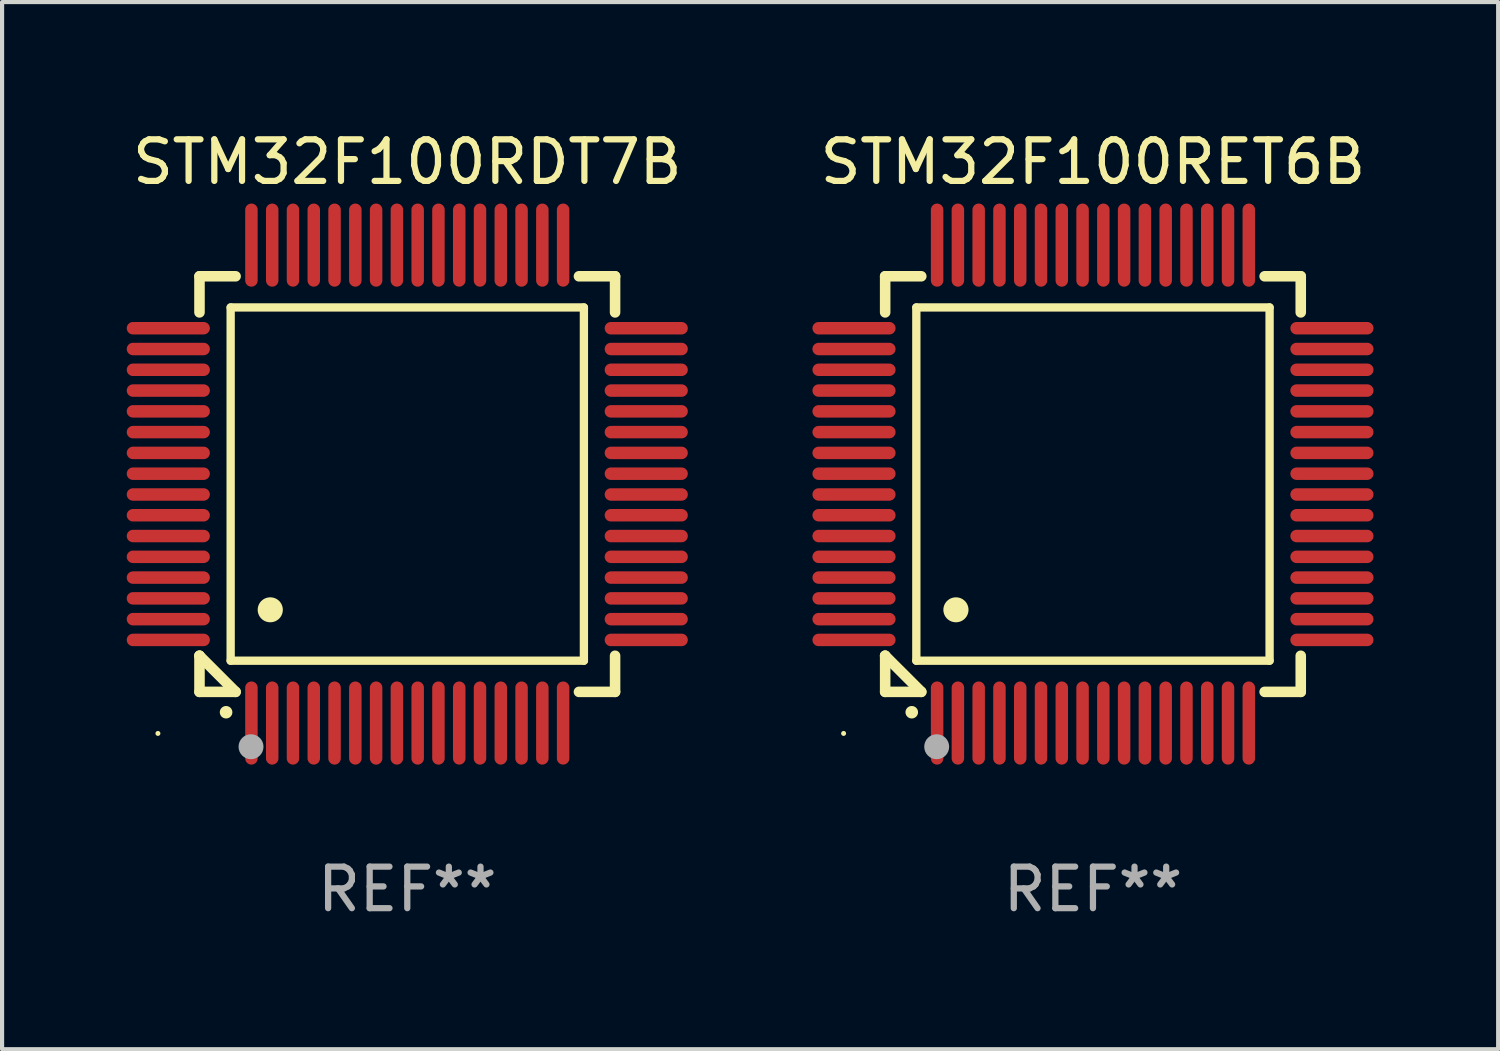
<source format=kicad_pcb>
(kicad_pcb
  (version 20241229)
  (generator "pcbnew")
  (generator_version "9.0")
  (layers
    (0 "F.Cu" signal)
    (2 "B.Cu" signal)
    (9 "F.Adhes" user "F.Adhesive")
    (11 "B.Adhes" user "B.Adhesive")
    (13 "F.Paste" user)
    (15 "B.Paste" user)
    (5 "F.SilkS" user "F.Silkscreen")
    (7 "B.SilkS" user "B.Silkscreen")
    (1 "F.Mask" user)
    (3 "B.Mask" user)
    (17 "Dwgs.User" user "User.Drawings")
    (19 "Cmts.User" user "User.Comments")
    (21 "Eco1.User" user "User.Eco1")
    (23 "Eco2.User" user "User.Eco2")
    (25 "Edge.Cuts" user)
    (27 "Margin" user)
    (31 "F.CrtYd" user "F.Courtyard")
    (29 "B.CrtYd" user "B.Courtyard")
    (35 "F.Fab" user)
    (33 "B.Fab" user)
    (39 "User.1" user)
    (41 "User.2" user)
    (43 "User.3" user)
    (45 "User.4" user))
  (footprint "STM32F100RDT7B"
    (layer "F.Cu")
    (at 6.75 8.598)
    (property "Reference" "STM32F100RDT7B" (at 0 -7.75 0) (layer "F.SilkS") (effects (font (size 1 1) (thickness 0.15))))
    (attr through_hole)
    (fp_line (start -5 -5) (end -4.131 -5) (stroke (width 0.254) (type solid)) (layer "F.SilkS"))
    (fp_line (start -5 -4.131) (end -5 -5) (stroke (width 0.254) (type solid)) (layer "F.SilkS"))
    (fp_line (start -5 4.131) (end -5 4.131) (stroke (width 0.254) (type solid)) (layer "F.SilkS"))
    (fp_line (start -5 5) (end -5 4.131) (stroke (width 0.254) (type solid)) (layer "F.SilkS"))
    (fp_line (start -5 4.131) (end -4.131 5) (stroke (width 0.254) (type solid)) (layer "F.SilkS"))
    (fp_line (start -4.25 -4.25) (end -4.25 4.25) (stroke (width 0.2) (type solid)) (layer "F.SilkS"))
    (fp_line (start -4.25 4.25) (end 4.25 4.25) (stroke (width 0.2) (type solid)) (layer "F.SilkS"))
    (fp_line (start -4.131 5) (end -5 5) (stroke (width 0.254) (type solid)) (layer "F.SilkS"))
    (fp_line (start 4.25 -4.25) (end -4.25 -4.25) (stroke (width 0.2) (type solid)) (layer "F.SilkS"))
    (fp_line (start 4.25 4.25) (end 4.25 -4.25) (stroke (width 0.2) (type solid)) (layer "F.SilkS"))
    (fp_line (start 5 -5) (end 4.131 -5) (stroke (width 0.254) (type solid)) (layer "F.SilkS"))
    (fp_line (start 5 -5) (end 5 -4.131) (stroke (width 0.254) (type solid)) (layer "F.SilkS"))
    (fp_line (start 5 4.131) (end 5 5) (stroke (width 0.254) (type solid)) (layer "F.SilkS"))
    (fp_line (start 5 5) (end 4.131 5) (stroke (width 0.254) (type solid)) (layer "F.SilkS"))
    (fp_arc (start -4.361265 5.489992) (mid -4.359995 5.489987) (end -4.358725 5.489992) (stroke (width 0.3) (type solid)) (layer "F.SilkS"))
    (fp_arc (start -3.299467 3.025146) (mid -3.296927 3.025135) (end -3.294387 3.025146) (stroke (width 0.6) (type solid)) (layer "F.SilkS"))
    (fp_circle (center -6 6) (end -5.97 6) (stroke (width 0.06) (type solid)) (fill no) (layer "F.SilkS"))
    (fp_circle (center -3.76 6.32) (end -3.61 6.32) (stroke (width 0.3) (type solid)) (fill no) (layer "F.Fab"))
    (fp_text user "REF**" (at 0 9.75 0) (layer "F.Fab") (effects (font (size 1 1) (thickness 0.15))))
    (pad "1" smd oval (at -3.75 5.75) (size 0.3 2) (layers "F.Cu" "F.Mask" "F.Paste"))
    (pad "2" smd oval (at -3.25 5.75) (size 0.3 2) (layers "F.Cu" "F.Mask" "F.Paste"))
    (pad "3" smd oval (at -2.75 5.75) (size 0.3 2) (layers "F.Cu" "F.Mask" "F.Paste"))
    (pad "4" smd oval (at -2.25 5.75) (size 0.3 2) (layers "F.Cu" "F.Mask" "F.Paste"))
    (pad "5" smd oval (at -1.75 5.75) (size 0.3 2) (layers "F.Cu" "F.Mask" "F.Paste"))
    (pad "6" smd oval (at -1.25 5.75) (size 0.3 2) (layers "F.Cu" "F.Mask" "F.Paste"))
    (pad "7" smd oval (at -0.75 5.75) (size 0.3 2) (layers "F.Cu" "F.Mask" "F.Paste"))
    (pad "8" smd oval (at -0.25 5.75) (size 0.3 2) (layers "F.Cu" "F.Mask" "F.Paste"))
    (pad "9" smd oval (at 0.25 5.75) (size 0.3 2) (layers "F.Cu" "F.Mask" "F.Paste"))
    (pad "10" smd oval (at 0.75 5.75) (size 0.3 2) (layers "F.Cu" "F.Mask" "F.Paste"))
    (pad "11" smd oval (at 1.25 5.75) (size 0.3 2) (layers "F.Cu" "F.Mask" "F.Paste"))
    (pad "12" smd oval (at 1.75 5.75) (size 0.3 2) (layers "F.Cu" "F.Mask" "F.Paste"))
    (pad "13" smd oval (at 2.25 5.75) (size 0.3 2) (layers "F.Cu" "F.Mask" "F.Paste"))
    (pad "14" smd oval (at 2.75 5.75) (size 0.3 2) (layers "F.Cu" "F.Mask" "F.Paste"))
    (pad "15" smd oval (at 3.25 5.75) (size 0.3 2) (layers "F.Cu" "F.Mask" "F.Paste"))
    (pad "16" smd oval (at 3.75 5.75) (size 0.3 2) (layers "F.Cu" "F.Mask" "F.Paste"))
    (pad "17" smd oval (at 5.75 3.75) (size 2 0.3) (layers "F.Cu" "F.Mask" "F.Paste"))
    (pad "18" smd oval (at 5.75 3.25) (size 2 0.3) (layers "F.Cu" "F.Mask" "F.Paste"))
    (pad "19" smd oval (at 5.75 2.75) (size 2 0.3) (layers "F.Cu" "F.Mask" "F.Paste"))
    (pad "20" smd oval (at 5.75 2.25) (size 2 0.3) (layers "F.Cu" "F.Mask" "F.Paste"))
    (pad "21" smd oval (at 5.75 1.75) (size 2 0.3) (layers "F.Cu" "F.Mask" "F.Paste"))
    (pad "22" smd oval (at 5.75 1.25) (size 2 0.3) (layers "F.Cu" "F.Mask" "F.Paste"))
    (pad "23" smd oval (at 5.75 0.75) (size 2 0.3) (layers "F.Cu" "F.Mask" "F.Paste"))
    (pad "24" smd oval (at 5.75 0.25) (size 2 0.3) (layers "F.Cu" "F.Mask" "F.Paste"))
    (pad "25" smd oval (at 5.75 -0.25) (size 2 0.3) (layers "F.Cu" "F.Mask" "F.Paste"))
    (pad "26" smd oval (at 5.75 -0.75) (size 2 0.3) (layers "F.Cu" "F.Mask" "F.Paste"))
    (pad "27" smd oval (at 5.75 -1.25) (size 2 0.3) (layers "F.Cu" "F.Mask" "F.Paste"))
    (pad "28" smd oval (at 5.75 -1.75) (size 2 0.3) (layers "F.Cu" "F.Mask" "F.Paste"))
    (pad "29" smd oval (at 5.75 -2.25) (size 2 0.3) (layers "F.Cu" "F.Mask" "F.Paste"))
    (pad "30" smd oval (at 5.75 -2.75) (size 2 0.3) (layers "F.Cu" "F.Mask" "F.Paste"))
    (pad "31" smd oval (at 5.75 -3.25) (size 2 0.3) (layers "F.Cu" "F.Mask" "F.Paste"))
    (pad "32" smd oval (at 5.75 -3.75) (size 2 0.3) (layers "F.Cu" "F.Mask" "F.Paste"))
    (pad "33" smd oval (at 3.75 -5.75) (size 0.3 2) (layers "F.Cu" "F.Mask" "F.Paste"))
    (pad "34" smd oval (at 3.25 -5.75) (size 0.3 2) (layers "F.Cu" "F.Mask" "F.Paste"))
    (pad "35" smd oval (at 2.75 -5.75) (size 0.3 2) (layers "F.Cu" "F.Mask" "F.Paste"))
    (pad "36" smd oval (at 2.25 -5.75) (size 0.3 2) (layers "F.Cu" "F.Mask" "F.Paste"))
    (pad "37" smd oval (at 1.75 -5.75) (size 0.3 2) (layers "F.Cu" "F.Mask" "F.Paste"))
    (pad "38" smd oval (at 1.25 -5.75) (size 0.3 2) (layers "F.Cu" "F.Mask" "F.Paste"))
    (pad "39" smd oval (at 0.75 -5.75) (size 0.3 2) (layers "F.Cu" "F.Mask" "F.Paste"))
    (pad "40" smd oval (at 0.25 -5.75) (size 0.3 2) (layers "F.Cu" "F.Mask" "F.Paste"))
    (pad "41" smd oval (at -0.25 -5.75) (size 0.3 2) (layers "F.Cu" "F.Mask" "F.Paste"))
    (pad "42" smd oval (at -0.75 -5.75) (size 0.3 2) (layers "F.Cu" "F.Mask" "F.Paste"))
    (pad "43" smd oval (at -1.25 -5.75) (size 0.3 2) (layers "F.Cu" "F.Mask" "F.Paste"))
    (pad "44" smd oval (at -1.75 -5.75) (size 0.3 2) (layers "F.Cu" "F.Mask" "F.Paste"))
    (pad "45" smd oval (at -2.25 -5.75) (size 0.3 2) (layers "F.Cu" "F.Mask" "F.Paste"))
    (pad "46" smd oval (at -2.75 -5.75) (size 0.3 2) (layers "F.Cu" "F.Mask" "F.Paste"))
    (pad "47" smd oval (at -3.25 -5.75) (size 0.3 2) (layers "F.Cu" "F.Mask" "F.Paste"))
    (pad "48" smd oval (at -3.75 -5.75) (size 0.3 2) (layers "F.Cu" "F.Mask" "F.Paste"))
    (pad "49" smd oval (at -5.75 -3.75) (size 2 0.3) (layers "F.Cu" "F.Mask" "F.Paste"))
    (pad "50" smd oval (at -5.75 -3.25) (size 2 0.3) (layers "F.Cu" "F.Mask" "F.Paste"))
    (pad "51" smd oval (at -5.75 -2.75) (size 2 0.3) (layers "F.Cu" "F.Mask" "F.Paste"))
    (pad "52" smd oval (at -5.75 -2.25) (size 2 0.3) (layers "F.Cu" "F.Mask" "F.Paste"))
    (pad "53" smd oval (at -5.75 -1.75) (size 2 0.3) (layers "F.Cu" "F.Mask" "F.Paste"))
    (pad "54" smd oval (at -5.75 -1.25) (size 2 0.3) (layers "F.Cu" "F.Mask" "F.Paste"))
    (pad "55" smd oval (at -5.75 -0.75) (size 2 0.3) (layers "F.Cu" "F.Mask" "F.Paste"))
    (pad "56" smd oval (at -5.75 -0.25) (size 2 0.3) (layers "F.Cu" "F.Mask" "F.Paste"))
    (pad "57" smd oval (at -5.75 0.25) (size 2 0.3) (layers "F.Cu" "F.Mask" "F.Paste"))
    (pad "58" smd oval (at -5.75 0.75) (size 2 0.3) (layers "F.Cu" "F.Mask" "F.Paste"))
    (pad "59" smd oval (at -5.75 1.25) (size 2 0.3) (layers "F.Cu" "F.Mask" "F.Paste"))
    (pad "60" smd oval (at -5.75 1.75) (size 2 0.3) (layers "F.Cu" "F.Mask" "F.Paste"))
    (pad "61" smd oval (at -5.75 2.25) (size 2 0.3) (layers "F.Cu" "F.Mask" "F.Paste"))
    (pad "62" smd oval (at -5.75 2.75) (size 2 0.3) (layers "F.Cu" "F.Mask" "F.Paste"))
    (pad "63" smd oval (at -5.75 3.25) (size 2 0.3) (layers "F.Cu" "F.Mask" "F.Paste"))
    (pad "64" smd oval (at -5.75 3.75) (size 2 0.3) (layers "F.Cu" "F.Mask" "F.Paste")))
  (footprint "STM32F100RET6B"
    (layer "F.Cu")
    (at 23.249 8.598)
    (property "Reference" "STM32F100RET6B" (at 0 -7.75 0) (layer "F.SilkS") (effects (font (size 1 1) (thickness 0.15))))
    (attr through_hole)
    (fp_line (start -5 -5) (end -4.131 -5) (stroke (width 0.254) (type solid)) (layer "F.SilkS"))
    (fp_line (start -5 -4.131) (end -5 -5) (stroke (width 0.254) (type solid)) (layer "F.SilkS"))
    (fp_line (start -5 4.131) (end -5 4.131) (stroke (width 0.254) (type solid)) (layer "F.SilkS"))
    (fp_line (start -5 5) (end -5 4.131) (stroke (width 0.254) (type solid)) (layer "F.SilkS"))
    (fp_line (start -5 4.131) (end -4.131 5) (stroke (width 0.254) (type solid)) (layer "F.SilkS"))
    (fp_line (start -4.25 -4.25) (end -4.25 4.25) (stroke (width 0.2) (type solid)) (layer "F.SilkS"))
    (fp_line (start -4.25 4.25) (end 4.25 4.25) (stroke (width 0.2) (type solid)) (layer "F.SilkS"))
    (fp_line (start -4.131 5) (end -5 5) (stroke (width 0.254) (type solid)) (layer "F.SilkS"))
    (fp_line (start 4.25 -4.25) (end -4.25 -4.25) (stroke (width 0.2) (type solid)) (layer "F.SilkS"))
    (fp_line (start 4.25 4.25) (end 4.25 -4.25) (stroke (width 0.2) (type solid)) (layer "F.SilkS"))
    (fp_line (start 5 -5) (end 4.131 -5) (stroke (width 0.254) (type solid)) (layer "F.SilkS"))
    (fp_line (start 5 -5) (end 5 -4.131) (stroke (width 0.254) (type solid)) (layer "F.SilkS"))
    (fp_line (start 5 4.131) (end 5 5) (stroke (width 0.254) (type solid)) (layer "F.SilkS"))
    (fp_line (start 5 5) (end 4.131 5) (stroke (width 0.254) (type solid)) (layer "F.SilkS"))
    (fp_arc (start -4.361265 5.489992) (mid -4.359995 5.489987) (end -4.358725 5.489992) (stroke (width 0.3) (type solid)) (layer "F.SilkS"))
    (fp_arc (start -3.299467 3.025146) (mid -3.296927 3.025135) (end -3.294387 3.025146) (stroke (width 0.6) (type solid)) (layer "F.SilkS"))
    (fp_circle (center -6 6) (end -5.97 6) (stroke (width 0.06) (type solid)) (fill no) (layer "F.SilkS"))
    (fp_circle (center -3.76 6.32) (end -3.61 6.32) (stroke (width 0.3) (type solid)) (fill no) (layer "F.Fab"))
    (fp_text user "REF**" (at 0 9.75 0) (layer "F.Fab") (effects (font (size 1 1) (thickness 0.15))))
    (pad "1" smd oval (at -3.75 5.75) (size 0.3 2) (layers "F.Cu" "F.Mask" "F.Paste"))
    (pad "2" smd oval (at -3.25 5.75) (size 0.3 2) (layers "F.Cu" "F.Mask" "F.Paste"))
    (pad "3" smd oval (at -2.75 5.75) (size 0.3 2) (layers "F.Cu" "F.Mask" "F.Paste"))
    (pad "4" smd oval (at -2.25 5.75) (size 0.3 2) (layers "F.Cu" "F.Mask" "F.Paste"))
    (pad "5" smd oval (at -1.75 5.75) (size 0.3 2) (layers "F.Cu" "F.Mask" "F.Paste"))
    (pad "6" smd oval (at -1.25 5.75) (size 0.3 2) (layers "F.Cu" "F.Mask" "F.Paste"))
    (pad "7" smd oval (at -0.75 5.75) (size 0.3 2) (layers "F.Cu" "F.Mask" "F.Paste"))
    (pad "8" smd oval (at -0.25 5.75) (size 0.3 2) (layers "F.Cu" "F.Mask" "F.Paste"))
    (pad "9" smd oval (at 0.25 5.75) (size 0.3 2) (layers "F.Cu" "F.Mask" "F.Paste"))
    (pad "10" smd oval (at 0.75 5.75) (size 0.3 2) (layers "F.Cu" "F.Mask" "F.Paste"))
    (pad "11" smd oval (at 1.25 5.75) (size 0.3 2) (layers "F.Cu" "F.Mask" "F.Paste"))
    (pad "12" smd oval (at 1.75 5.75) (size 0.3 2) (layers "F.Cu" "F.Mask" "F.Paste"))
    (pad "13" smd oval (at 2.25 5.75) (size 0.3 2) (layers "F.Cu" "F.Mask" "F.Paste"))
    (pad "14" smd oval (at 2.75 5.75) (size 0.3 2) (layers "F.Cu" "F.Mask" "F.Paste"))
    (pad "15" smd oval (at 3.25 5.75) (size 0.3 2) (layers "F.Cu" "F.Mask" "F.Paste"))
    (pad "16" smd oval (at 3.75 5.75) (size 0.3 2) (layers "F.Cu" "F.Mask" "F.Paste"))
    (pad "17" smd oval (at 5.75 3.75) (size 2 0.3) (layers "F.Cu" "F.Mask" "F.Paste"))
    (pad "18" smd oval (at 5.75 3.25) (size 2 0.3) (layers "F.Cu" "F.Mask" "F.Paste"))
    (pad "19" smd oval (at 5.75 2.75) (size 2 0.3) (layers "F.Cu" "F.Mask" "F.Paste"))
    (pad "20" smd oval (at 5.75 2.25) (size 2 0.3) (layers "F.Cu" "F.Mask" "F.Paste"))
    (pad "21" smd oval (at 5.75 1.75) (size 2 0.3) (layers "F.Cu" "F.Mask" "F.Paste"))
    (pad "22" smd oval (at 5.75 1.25) (size 2 0.3) (layers "F.Cu" "F.Mask" "F.Paste"))
    (pad "23" smd oval (at 5.75 0.75) (size 2 0.3) (layers "F.Cu" "F.Mask" "F.Paste"))
    (pad "24" smd oval (at 5.75 0.25) (size 2 0.3) (layers "F.Cu" "F.Mask" "F.Paste"))
    (pad "25" smd oval (at 5.75 -0.25) (size 2 0.3) (layers "F.Cu" "F.Mask" "F.Paste"))
    (pad "26" smd oval (at 5.75 -0.75) (size 2 0.3) (layers "F.Cu" "F.Mask" "F.Paste"))
    (pad "27" smd oval (at 5.75 -1.25) (size 2 0.3) (layers "F.Cu" "F.Mask" "F.Paste"))
    (pad "28" smd oval (at 5.75 -1.75) (size 2 0.3) (layers "F.Cu" "F.Mask" "F.Paste"))
    (pad "29" smd oval (at 5.75 -2.25) (size 2 0.3) (layers "F.Cu" "F.Mask" "F.Paste"))
    (pad "30" smd oval (at 5.75 -2.75) (size 2 0.3) (layers "F.Cu" "F.Mask" "F.Paste"))
    (pad "31" smd oval (at 5.75 -3.25) (size 2 0.3) (layers "F.Cu" "F.Mask" "F.Paste"))
    (pad "32" smd oval (at 5.75 -3.75) (size 2 0.3) (layers "F.Cu" "F.Mask" "F.Paste"))
    (pad "33" smd oval (at 3.75 -5.75) (size 0.3 2) (layers "F.Cu" "F.Mask" "F.Paste"))
    (pad "34" smd oval (at 3.25 -5.75) (size 0.3 2) (layers "F.Cu" "F.Mask" "F.Paste"))
    (pad "35" smd oval (at 2.75 -5.75) (size 0.3 2) (layers "F.Cu" "F.Mask" "F.Paste"))
    (pad "36" smd oval (at 2.25 -5.75) (size 0.3 2) (layers "F.Cu" "F.Mask" "F.Paste"))
    (pad "37" smd oval (at 1.75 -5.75) (size 0.3 2) (layers "F.Cu" "F.Mask" "F.Paste"))
    (pad "38" smd oval (at 1.25 -5.75) (size 0.3 2) (layers "F.Cu" "F.Mask" "F.Paste"))
    (pad "39" smd oval (at 0.75 -5.75) (size 0.3 2) (layers "F.Cu" "F.Mask" "F.Paste"))
    (pad "40" smd oval (at 0.25 -5.75) (size 0.3 2) (layers "F.Cu" "F.Mask" "F.Paste"))
    (pad "41" smd oval (at -0.25 -5.75) (size 0.3 2) (layers "F.Cu" "F.Mask" "F.Paste"))
    (pad "42" smd oval (at -0.75 -5.75) (size 0.3 2) (layers "F.Cu" "F.Mask" "F.Paste"))
    (pad "43" smd oval (at -1.25 -5.75) (size 0.3 2) (layers "F.Cu" "F.Mask" "F.Paste"))
    (pad "44" smd oval (at -1.75 -5.75) (size 0.3 2) (layers "F.Cu" "F.Mask" "F.Paste"))
    (pad "45" smd oval (at -2.25 -5.75) (size 0.3 2) (layers "F.Cu" "F.Mask" "F.Paste"))
    (pad "46" smd oval (at -2.75 -5.75) (size 0.3 2) (layers "F.Cu" "F.Mask" "F.Paste"))
    (pad "47" smd oval (at -3.25 -5.75) (size 0.3 2) (layers "F.Cu" "F.Mask" "F.Paste"))
    (pad "48" smd oval (at -3.75 -5.75) (size 0.3 2) (layers "F.Cu" "F.Mask" "F.Paste"))
    (pad "49" smd oval (at -5.75 -3.75) (size 2 0.3) (layers "F.Cu" "F.Mask" "F.Paste"))
    (pad "50" smd oval (at -5.75 -3.25) (size 2 0.3) (layers "F.Cu" "F.Mask" "F.Paste"))
    (pad "51" smd oval (at -5.75 -2.75) (size 2 0.3) (layers "F.Cu" "F.Mask" "F.Paste"))
    (pad "52" smd oval (at -5.75 -2.25) (size 2 0.3) (layers "F.Cu" "F.Mask" "F.Paste"))
    (pad "53" smd oval (at -5.75 -1.75) (size 2 0.3) (layers "F.Cu" "F.Mask" "F.Paste"))
    (pad "54" smd oval (at -5.75 -1.25) (size 2 0.3) (layers "F.Cu" "F.Mask" "F.Paste"))
    (pad "55" smd oval (at -5.75 -0.75) (size 2 0.3) (layers "F.Cu" "F.Mask" "F.Paste"))
    (pad "56" smd oval (at -5.75 -0.25) (size 2 0.3) (layers "F.Cu" "F.Mask" "F.Paste"))
    (pad "57" smd oval (at -5.75 0.25) (size 2 0.3) (layers "F.Cu" "F.Mask" "F.Paste"))
    (pad "58" smd oval (at -5.75 0.75) (size 2 0.3) (layers "F.Cu" "F.Mask" "F.Paste"))
    (pad "59" smd oval (at -5.75 1.25) (size 2 0.3) (layers "F.Cu" "F.Mask" "F.Paste"))
    (pad "60" smd oval (at -5.75 1.75) (size 2 0.3) (layers "F.Cu" "F.Mask" "F.Paste"))
    (pad "61" smd oval (at -5.75 2.25) (size 2 0.3) (layers "F.Cu" "F.Mask" "F.Paste"))
    (pad "62" smd oval (at -5.75 2.75) (size 2 0.3) (layers "F.Cu" "F.Mask" "F.Paste"))
    (pad "63" smd oval (at -5.75 3.25) (size 2 0.3) (layers "F.Cu" "F.Mask" "F.Paste"))
    (pad "64" smd oval (at -5.75 3.75) (size 2 0.3) (layers "F.Cu" "F.Mask" "F.Paste")))
  (gr_rect
    (start -3 -3)
    (end 32.999 22.196)
    (stroke (width 0.1) (type default))
    (fill no)
    (layer "Edge.Cuts")))
</source>
